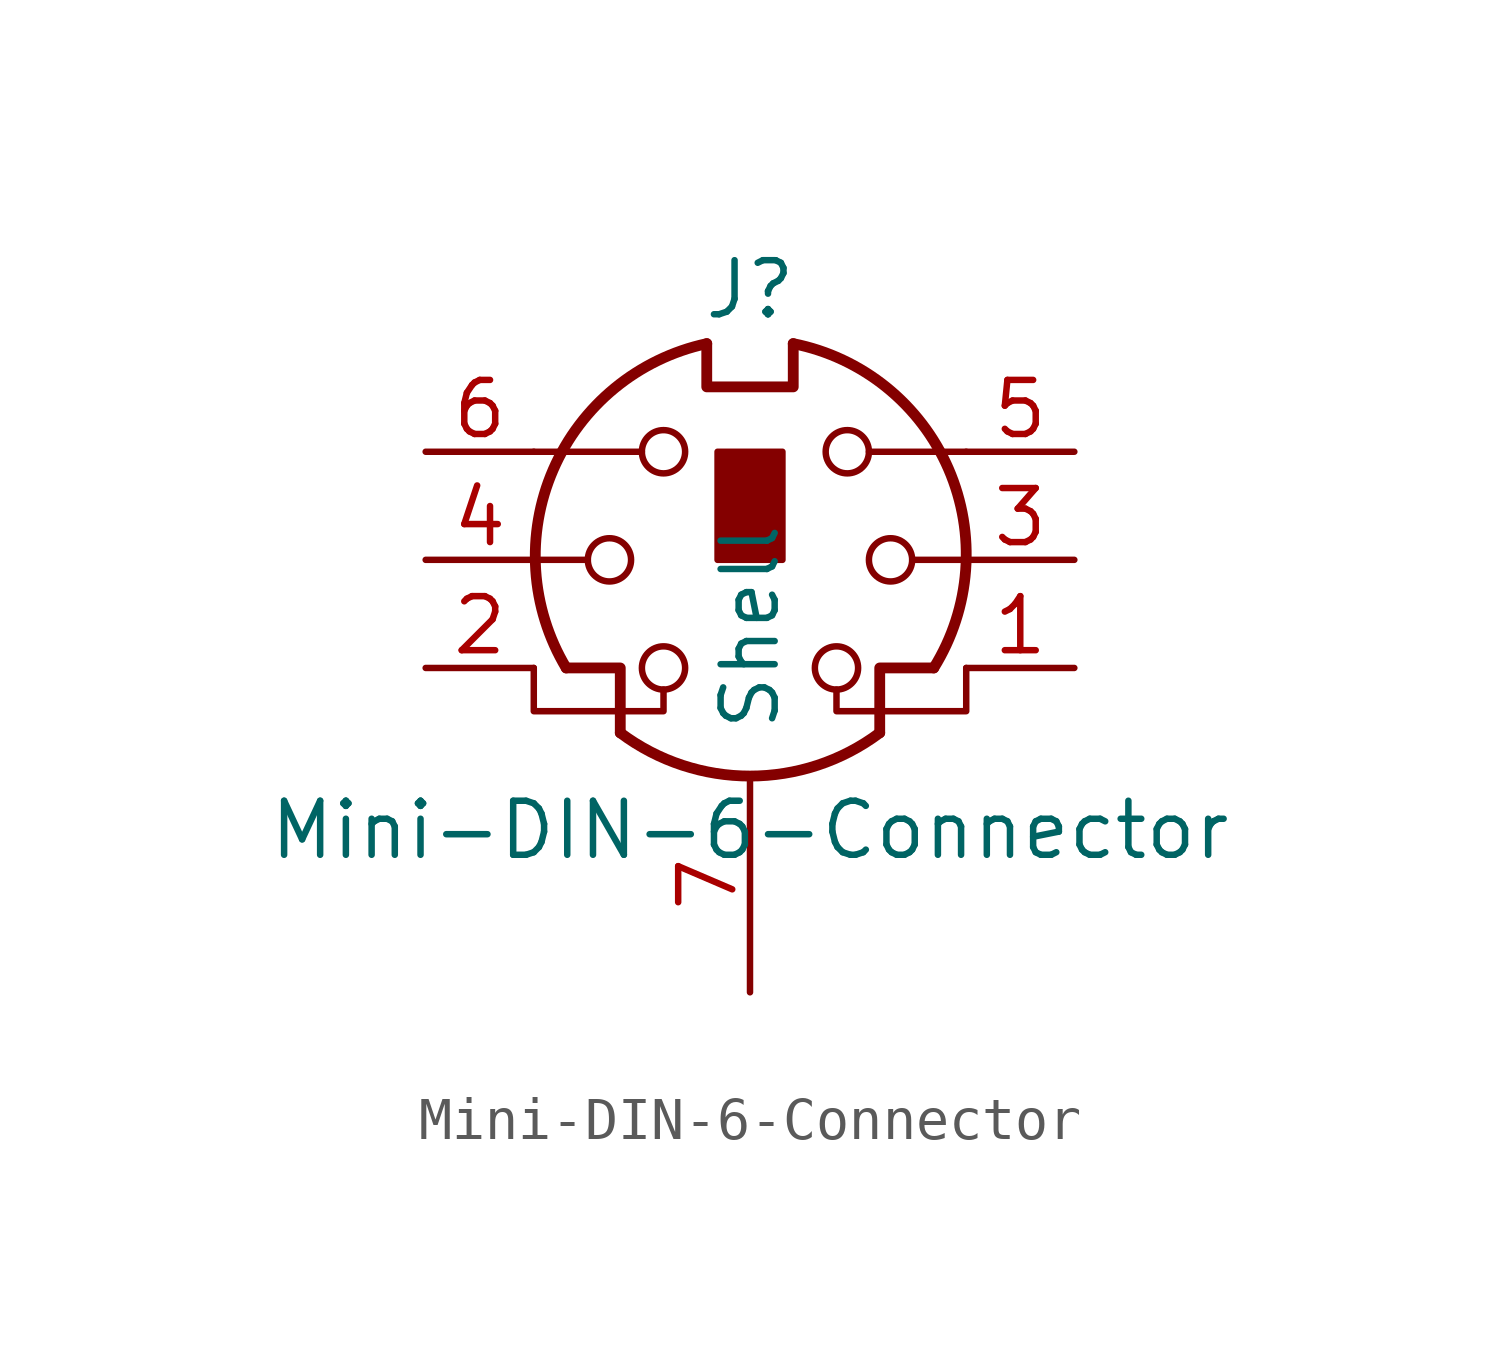
<source format=kicad_sym>
(kicad_symbol_lib
  (version 20211014)
  (generator kicad_symbol_editor)
  (symbol "Mini-DIN-6-Connector"
    (pin_names
      (offset 1.016))
    (property "Reference" "J"
      (at 0 6.35 0)
      (effects (font (size 1.27 1.27))))
    (property "Value" "Mini-DIN-6-Connector"
      (at 0 -6.35 0)
      (effects (font (size 1.27 1.27))))
    (symbol "Mini-DIN-6-Connector_0_1"
      (circle (center -3.302 0) (radius 0.508) (stroke (width 0) (type default) (color 0 0 0 0)) (fill (type none)))
      (arc (start -3.048 -4.064) (mid 0 -5.08) (end 3.048 -4.064) (stroke (width 0.254) (type default) (color 0 0 0 0)) (fill (type none)))
      (circle (center -2.032 -2.54) (radius 0.508) (stroke (width 0) (type default) (color 0 0 0 0)) (fill (type none)))
      (circle (center -2.032 2.54) (radius 0.508) (stroke (width 0) (type default) (color 0 0 0 0)) (fill (type none)))
      (arc (start -1.016 5.08) (mid -4.6228 2.1214) (end -4.318 -2.54) (stroke (width 0.254) (type default) (color 0 0 0 0)) (fill (type none)))
      (rectangle (start -0.762 2.54) (end 0.762 0) (stroke (width 0) (type default) (color 0 0 0 0)) (fill (type outline)))
      (polyline (pts (xy -3.81 0) (xy -5.08 0)) (stroke (width 0) (type default) (color 0 0 0 0)) (fill (type none)))
      (polyline (pts (xy -2.54 2.54) (xy -5.08 2.54)) (stroke (width 0) (type default) (color 0 0 0 0)) (fill (type none)))
      (polyline (pts (xy 2.794 2.54) (xy 5.08 2.54)) (stroke (width 0) (type default) (color 0 0 0 0)) (fill (type none)))
      (polyline (pts (xy 5.08 0) (xy 3.81 0)) (stroke (width 0) (type default) (color 0 0 0 0)) (fill (type none)))
      (polyline (pts (xy -4.318 -2.54) (xy -3.048 -2.54) (xy -3.048 -4.064)) (stroke (width 0.254) (type default) (color 0 0 0 0)) (fill (type none)))
      (polyline (pts (xy 4.318 -2.54) (xy 3.048 -2.54) (xy 3.048 -4.064)) (stroke (width 0.254) (type default) (color 0 0 0 0)) (fill (type none)))
      (polyline (pts (xy -2.032 -3.048) (xy -2.032 -3.556) (xy -5.08 -3.556) (xy -5.08 -2.54)) (stroke (width 0) (type default) (color 0 0 0 0)) (fill (type none)))
      (polyline (pts (xy -1.016 5.08) (xy -1.016 4.064) (xy 1.016 4.064) (xy 1.016 5.08)) (stroke (width 0.254) (type default) (color 0 0 0 0)) (fill (type none)))
      (polyline (pts (xy 2.032 -3.048) (xy 2.032 -3.556) (xy 5.08 -3.556) (xy 5.08 -2.54)) (stroke (width 0) (type default) (color 0 0 0 0)) (fill (type none)))
      (circle (center 2.032 -2.54) (radius 0.508) (stroke (width 0) (type default) (color 0 0 0 0)) (fill (type none)))
      (circle (center 2.286 2.54) (radius 0.508) (stroke (width 0) (type default) (color 0 0 0 0)) (fill (type none)))
      (circle (center 3.302 0) (radius 0.508) (stroke (width 0) (type default) (color 0 0 0 0)) (fill (type none)))
      (arc (start 4.318 -2.54) (mid 4.6661 2.1322) (end 1.016 5.08) (stroke (width 0.254) (type default) (color 0 0 0 0)) (fill (type none))))
    (symbol "Mini-DIN-6-Connector_1_1"
      (pin passive line (at 7.62 -2.54 180) (length 2.54) (name "~" (effects (font (size 1.27 1.27)))) (number "1" (effects (font (size 1.27 1.27)))))
      (pin passive line (at -7.62 -2.54 0) (length 2.54) (name "~" (effects (font (size 1.27 1.27)))) (number "2" (effects (font (size 1.27 1.27)))))
      (pin passive line (at 7.62 0 180) (length 2.54) (name "~" (effects (font (size 1.27 1.27)))) (number "3" (effects (font (size 1.27 1.27)))))
      (pin passive line (at -7.62 0 0) (length 2.54) (name "~" (effects (font (size 1.27 1.27)))) (number "4" (effects (font (size 1.27 1.27)))))
      (pin passive line (at 7.62 2.54 180) (length 2.54) (name "~" (effects (font (size 1.27 1.27)))) (number "5" (effects (font (size 1.27 1.27)))))
      (pin passive line (at -7.62 2.54 0) (length 2.54) (name "~" (effects (font (size 1.27 1.27)))) (number "6" (effects (font (size 1.27 1.27)))))
      (pin input line (at 0 -10.16 90) (length 5.08) (name "Shell" (effects (font (size 1.27 1.27)))) (number "7" (effects (font (size 1.27 1.27))))))))
</source>
